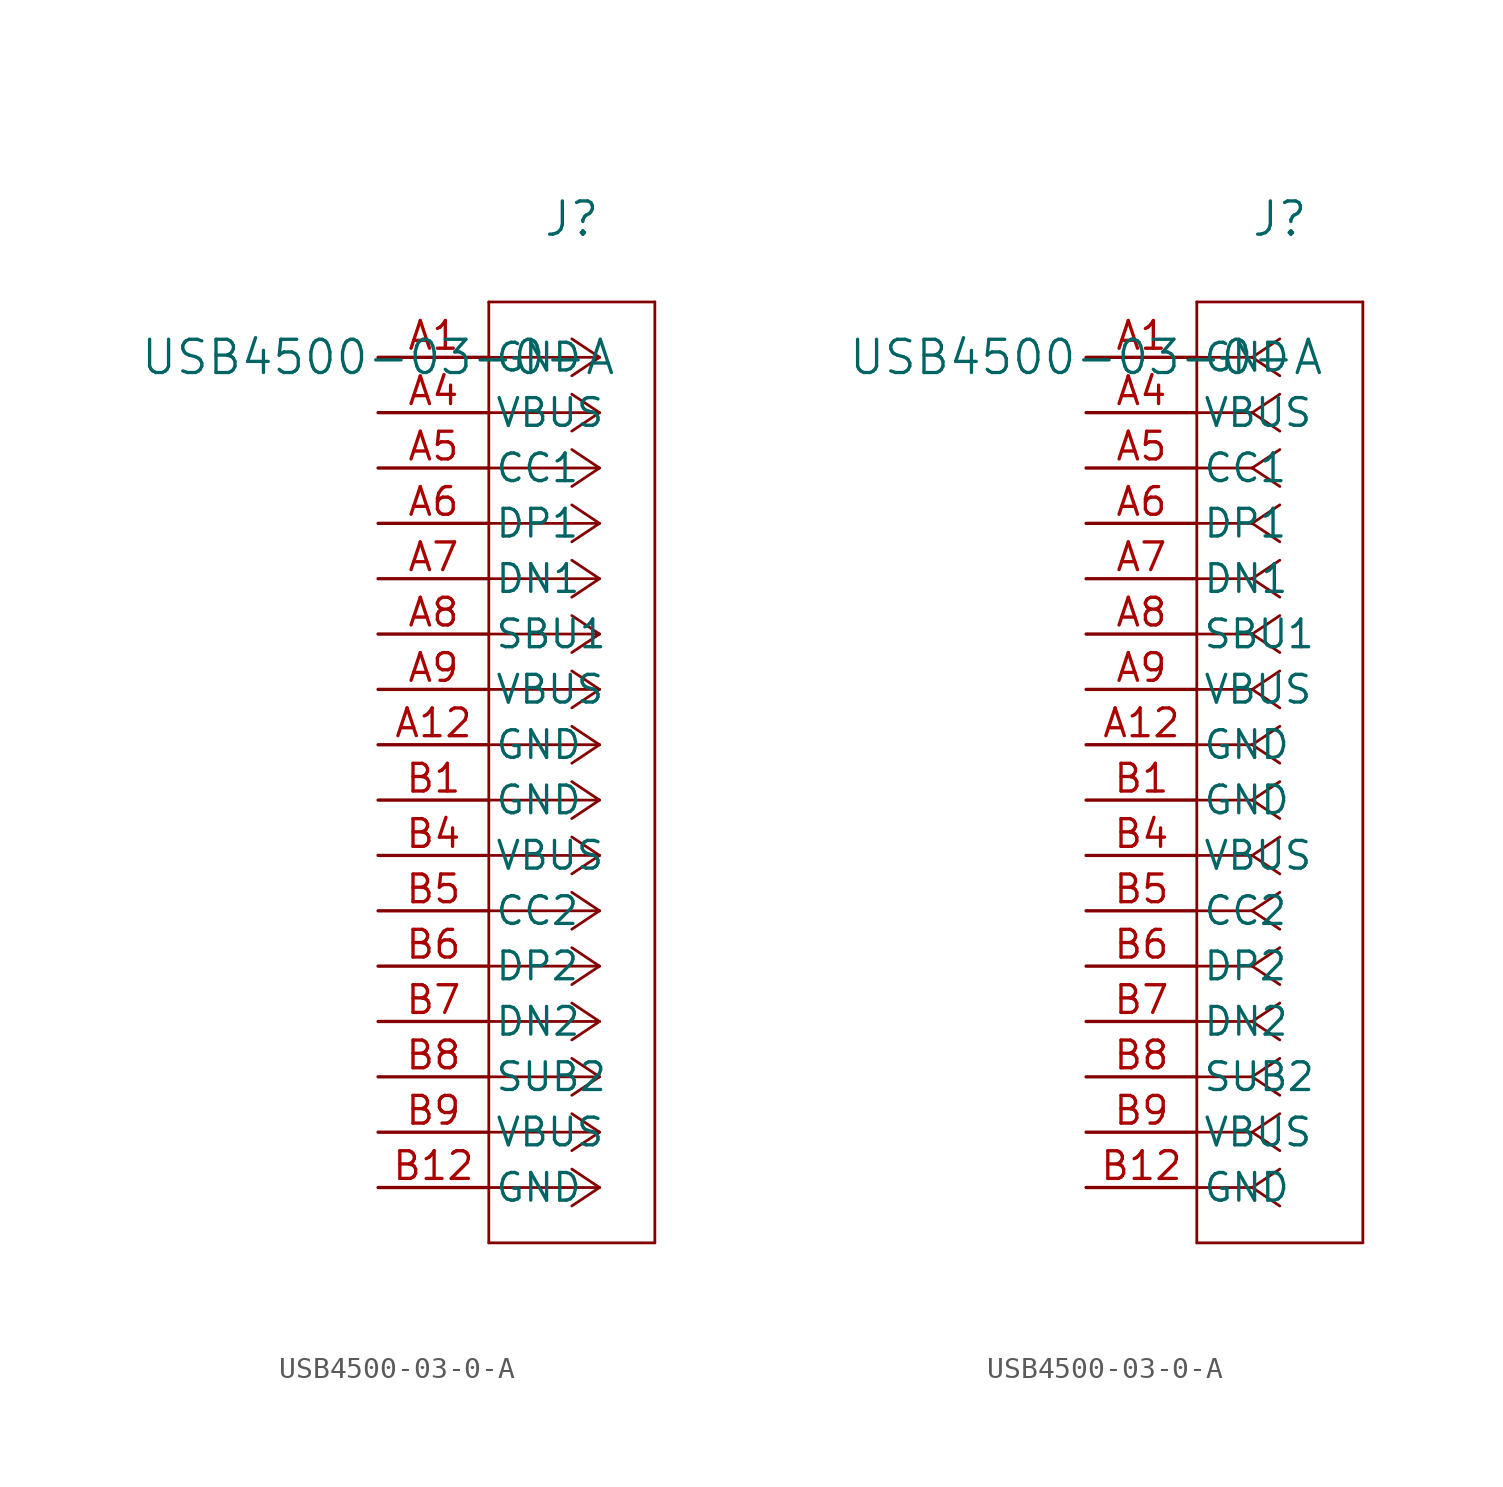
<source format=kicad_sym>
(kicad_symbol_lib
  (version 20211014)
  (generator kicad_symbol_editor)
  (symbol "USB4500-03-0-A"
    (pin_names
      (offset 0.254))
    (property "Reference" "J"
      (at 8.89 6.35 0)
      (effects (font (size 1.524 1.524))))
    (property "Value" "USB4500-03-0-A"
      (at 0 0 0)
      (effects (font (size 1.524 1.524))))
    (symbol "USB4500-03-0-A_1_1"
      (polyline (pts (xy 10.16 0) (xy 5.08 0)) (stroke (width 0.127) (type default) (color 0 0 0 0)) (fill (type none)))
      (polyline (pts (xy 10.16 -2.54) (xy 5.08 -2.54)) (stroke (width 0.127) (type default) (color 0 0 0 0)) (fill (type none)))
      (polyline (pts (xy 10.16 -5.08) (xy 5.08 -5.08)) (stroke (width 0.127) (type default) (color 0 0 0 0)) (fill (type none)))
      (polyline (pts (xy 10.16 -7.62) (xy 5.08 -7.62)) (stroke (width 0.127) (type default) (color 0 0 0 0)) (fill (type none)))
      (polyline (pts (xy 10.16 -10.16) (xy 5.08 -10.16)) (stroke (width 0.127) (type default) (color 0 0 0 0)) (fill (type none)))
      (polyline (pts (xy 10.16 -12.7) (xy 5.08 -12.7)) (stroke (width 0.127) (type default) (color 0 0 0 0)) (fill (type none)))
      (polyline (pts (xy 10.16 -15.24) (xy 5.08 -15.24)) (stroke (width 0.127) (type default) (color 0 0 0 0)) (fill (type none)))
      (polyline (pts (xy 10.16 -17.78) (xy 5.08 -17.78)) (stroke (width 0.127) (type default) (color 0 0 0 0)) (fill (type none)))
      (polyline (pts (xy 10.16 -20.32) (xy 5.08 -20.32)) (stroke (width 0.127) (type default) (color 0 0 0 0)) (fill (type none)))
      (polyline (pts (xy 10.16 -22.86) (xy 5.08 -22.86)) (stroke (width 0.127) (type default) (color 0 0 0 0)) (fill (type none)))
      (polyline (pts (xy 10.16 -25.4) (xy 5.08 -25.4)) (stroke (width 0.127) (type default) (color 0 0 0 0)) (fill (type none)))
      (polyline (pts (xy 10.16 -27.94) (xy 5.08 -27.94)) (stroke (width 0.127) (type default) (color 0 0 0 0)) (fill (type none)))
      (polyline (pts (xy 10.16 -30.48) (xy 5.08 -30.48)) (stroke (width 0.127) (type default) (color 0 0 0 0)) (fill (type none)))
      (polyline (pts (xy 10.16 -33.02) (xy 5.08 -33.02)) (stroke (width 0.127) (type default) (color 0 0 0 0)) (fill (type none)))
      (polyline (pts (xy 10.16 -35.56) (xy 5.08 -35.56)) (stroke (width 0.127) (type default) (color 0 0 0 0)) (fill (type none)))
      (polyline (pts (xy 10.16 -38.1) (xy 5.08 -38.1)) (stroke (width 0.127) (type default) (color 0 0 0 0)) (fill (type none)))
      (polyline (pts (xy 10.16 0) (xy 8.89 0.847)) (stroke (width 0.127) (type default) (color 0 0 0 0)) (fill (type none)))
      (polyline (pts (xy 10.16 -2.54) (xy 8.89 -1.693)) (stroke (width 0.127) (type default) (color 0 0 0 0)) (fill (type none)))
      (polyline (pts (xy 10.16 -5.08) (xy 8.89 -4.233)) (stroke (width 0.127) (type default) (color 0 0 0 0)) (fill (type none)))
      (polyline (pts (xy 10.16 -7.62) (xy 8.89 -6.773)) (stroke (width 0.127) (type default) (color 0 0 0 0)) (fill (type none)))
      (polyline (pts (xy 10.16 -10.16) (xy 8.89 -9.313)) (stroke (width 0.127) (type default) (color 0 0 0 0)) (fill (type none)))
      (polyline (pts (xy 10.16 -12.7) (xy 8.89 -11.853)) (stroke (width 0.127) (type default) (color 0 0 0 0)) (fill (type none)))
      (polyline (pts (xy 10.16 -15.24) (xy 8.89 -14.393)) (stroke (width 0.127) (type default) (color 0 0 0 0)) (fill (type none)))
      (polyline (pts (xy 10.16 -17.78) (xy 8.89 -16.933)) (stroke (width 0.127) (type default) (color 0 0 0 0)) (fill (type none)))
      (polyline (pts (xy 10.16 -20.32) (xy 8.89 -19.473)) (stroke (width 0.127) (type default) (color 0 0 0 0)) (fill (type none)))
      (polyline (pts (xy 10.16 -22.86) (xy 8.89 -22.013)) (stroke (width 0.127) (type default) (color 0 0 0 0)) (fill (type none)))
      (polyline (pts (xy 10.16 -25.4) (xy 8.89 -24.553)) (stroke (width 0.127) (type default) (color 0 0 0 0)) (fill (type none)))
      (polyline (pts (xy 10.16 -27.94) (xy 8.89 -27.093)) (stroke (width 0.127) (type default) (color 0 0 0 0)) (fill (type none)))
      (polyline (pts (xy 10.16 -30.48) (xy 8.89 -29.633)) (stroke (width 0.127) (type default) (color 0 0 0 0)) (fill (type none)))
      (polyline (pts (xy 10.16 -33.02) (xy 8.89 -32.173)) (stroke (width 0.127) (type default) (color 0 0 0 0)) (fill (type none)))
      (polyline (pts (xy 10.16 -35.56) (xy 8.89 -34.713)) (stroke (width 0.127) (type default) (color 0 0 0 0)) (fill (type none)))
      (polyline (pts (xy 10.16 -38.1) (xy 8.89 -37.253)) (stroke (width 0.127) (type default) (color 0 0 0 0)) (fill (type none)))
      (polyline (pts (xy 10.16 0) (xy 8.89 -0.847)) (stroke (width 0.127) (type default) (color 0 0 0 0)) (fill (type none)))
      (polyline (pts (xy 10.16 -2.54) (xy 8.89 -3.387)) (stroke (width 0.127) (type default) (color 0 0 0 0)) (fill (type none)))
      (polyline (pts (xy 10.16 -5.08) (xy 8.89 -5.927)) (stroke (width 0.127) (type default) (color 0 0 0 0)) (fill (type none)))
      (polyline (pts (xy 10.16 -7.62) (xy 8.89 -8.467)) (stroke (width 0.127) (type default) (color 0 0 0 0)) (fill (type none)))
      (polyline (pts (xy 10.16 -10.16) (xy 8.89 -11.007)) (stroke (width 0.127) (type default) (color 0 0 0 0)) (fill (type none)))
      (polyline (pts (xy 10.16 -12.7) (xy 8.89 -13.547)) (stroke (width 0.127) (type default) (color 0 0 0 0)) (fill (type none)))
      (polyline (pts (xy 10.16 -15.24) (xy 8.89 -16.087)) (stroke (width 0.127) (type default) (color 0 0 0 0)) (fill (type none)))
      (polyline (pts (xy 10.16 -17.78) (xy 8.89 -18.627)) (stroke (width 0.127) (type default) (color 0 0 0 0)) (fill (type none)))
      (polyline (pts (xy 10.16 -20.32) (xy 8.89 -21.167)) (stroke (width 0.127) (type default) (color 0 0 0 0)) (fill (type none)))
      (polyline (pts (xy 10.16 -22.86) (xy 8.89 -23.707)) (stroke (width 0.127) (type default) (color 0 0 0 0)) (fill (type none)))
      (polyline (pts (xy 10.16 -25.4) (xy 8.89 -26.247)) (stroke (width 0.127) (type default) (color 0 0 0 0)) (fill (type none)))
      (polyline (pts (xy 10.16 -27.94) (xy 8.89 -28.787)) (stroke (width 0.127) (type default) (color 0 0 0 0)) (fill (type none)))
      (polyline (pts (xy 10.16 -30.48) (xy 8.89 -31.327)) (stroke (width 0.127) (type default) (color 0 0 0 0)) (fill (type none)))
      (polyline (pts (xy 10.16 -33.02) (xy 8.89 -33.867)) (stroke (width 0.127) (type default) (color 0 0 0 0)) (fill (type none)))
      (polyline (pts (xy 10.16 -35.56) (xy 8.89 -36.407)) (stroke (width 0.127) (type default) (color 0 0 0 0)) (fill (type none)))
      (polyline (pts (xy 10.16 -38.1) (xy 8.89 -38.947)) (stroke (width 0.127) (type default) (color 0 0 0 0)) (fill (type none)))
      (polyline (pts (xy 5.08 2.54) (xy 5.08 -40.64)) (stroke (width 0.127) (type default) (color 0 0 0 0)) (fill (type none)))
      (polyline (pts (xy 5.08 -40.64) (xy 12.7 -40.64)) (stroke (width 0.127) (type default) (color 0 0 0 0)) (fill (type none)))
      (polyline (pts (xy 12.7 -40.64) (xy 12.7 2.54)) (stroke (width 0.127) (type default) (color 0 0 0 0)) (fill (type none)))
      (polyline (pts (xy 12.7 2.54) (xy 5.08 2.54)) (stroke (width 0.127) (type default) (color 0 0 0 0)) (fill (type none)))
      (pin power_out line (at 0 0 0) (length 5.08) (name "GND" (effects (font (size 1.27 1.27)))) (number "A1" (effects (font (size 1.27 1.27)))))
      (pin power_in line (at 0 -2.54 0) (length 5.08) (name "VBUS" (effects (font (size 1.27 1.27)))) (number "A4" (effects (font (size 1.27 1.27)))))
      (pin bidirectional line (at 0 -5.08 0) (length 5.08) (name "CC1" (effects (font (size 1.27 1.27)))) (number "A5" (effects (font (size 1.27 1.27)))))
      (pin bidirectional line (at 0 -7.62 0) (length 5.08) (name "DP1" (effects (font (size 1.27 1.27)))) (number "A6" (effects (font (size 1.27 1.27)))))
      (pin bidirectional line (at 0 -10.16 0) (length 5.08) (name "DN1" (effects (font (size 1.27 1.27)))) (number "A7" (effects (font (size 1.27 1.27)))))
      (pin unspecified line (at 0 -12.7 0) (length 5.08) (name "SBU1" (effects (font (size 1.27 1.27)))) (number "A8" (effects (font (size 1.27 1.27)))))
      (pin power_in line (at 0 -15.24 0) (length 5.08) (name "VBUS" (effects (font (size 1.27 1.27)))) (number "A9" (effects (font (size 1.27 1.27)))))
      (pin power_out line (at 0 -17.78 0) (length 5.08) (name "GND" (effects (font (size 1.27 1.27)))) (number "A12" (effects (font (size 1.27 1.27)))))
      (pin power_out line (at 0 -20.32 0) (length 5.08) (name "GND" (effects (font (size 1.27 1.27)))) (number "B1" (effects (font (size 1.27 1.27)))))
      (pin power_in line (at 0 -22.86 0) (length 5.08) (name "VBUS" (effects (font (size 1.27 1.27)))) (number "B4" (effects (font (size 1.27 1.27)))))
      (pin bidirectional line (at 0 -25.4 0) (length 5.08) (name "CC2" (effects (font (size 1.27 1.27)))) (number "B5" (effects (font (size 1.27 1.27)))))
      (pin bidirectional line (at 0 -27.94 0) (length 5.08) (name "DP2" (effects (font (size 1.27 1.27)))) (number "B6" (effects (font (size 1.27 1.27)))))
      (pin bidirectional line (at 0 -30.48 0) (length 5.08) (name "DN2" (effects (font (size 1.27 1.27)))) (number "B7" (effects (font (size 1.27 1.27)))))
      (pin unspecified line (at 0 -33.02 0) (length 5.08) (name "SUB2" (effects (font (size 1.27 1.27)))) (number "B8" (effects (font (size 1.27 1.27)))))
      (pin power_in line (at 0 -35.56 0) (length 5.08) (name "VBUS" (effects (font (size 1.27 1.27)))) (number "B9" (effects (font (size 1.27 1.27)))))
      (pin power_out line (at 0 -38.1 0) (length 5.08) (name "GND" (effects (font (size 1.27 1.27)))) (number "B12" (effects (font (size 1.27 1.27))))))
    (symbol "USB4500-03-0-A_1_2"
      (polyline (pts (xy 7.62 0) (xy 5.08 0)) (stroke (width 0.127) (type default) (color 0 0 0 0)) (fill (type none)))
      (polyline (pts (xy 7.62 -2.54) (xy 5.08 -2.54)) (stroke (width 0.127) (type default) (color 0 0 0 0)) (fill (type none)))
      (polyline (pts (xy 7.62 -5.08) (xy 5.08 -5.08)) (stroke (width 0.127) (type default) (color 0 0 0 0)) (fill (type none)))
      (polyline (pts (xy 7.62 -7.62) (xy 5.08 -7.62)) (stroke (width 0.127) (type default) (color 0 0 0 0)) (fill (type none)))
      (polyline (pts (xy 7.62 -10.16) (xy 5.08 -10.16)) (stroke (width 0.127) (type default) (color 0 0 0 0)) (fill (type none)))
      (polyline (pts (xy 7.62 -12.7) (xy 5.08 -12.7)) (stroke (width 0.127) (type default) (color 0 0 0 0)) (fill (type none)))
      (polyline (pts (xy 7.62 -15.24) (xy 5.08 -15.24)) (stroke (width 0.127) (type default) (color 0 0 0 0)) (fill (type none)))
      (polyline (pts (xy 7.62 -17.78) (xy 5.08 -17.78)) (stroke (width 0.127) (type default) (color 0 0 0 0)) (fill (type none)))
      (polyline (pts (xy 7.62 -20.32) (xy 5.08 -20.32)) (stroke (width 0.127) (type default) (color 0 0 0 0)) (fill (type none)))
      (polyline (pts (xy 7.62 -22.86) (xy 5.08 -22.86)) (stroke (width 0.127) (type default) (color 0 0 0 0)) (fill (type none)))
      (polyline (pts (xy 7.62 -25.4) (xy 5.08 -25.4)) (stroke (width 0.127) (type default) (color 0 0 0 0)) (fill (type none)))
      (polyline (pts (xy 7.62 -27.94) (xy 5.08 -27.94)) (stroke (width 0.127) (type default) (color 0 0 0 0)) (fill (type none)))
      (polyline (pts (xy 7.62 -30.48) (xy 5.08 -30.48)) (stroke (width 0.127) (type default) (color 0 0 0 0)) (fill (type none)))
      (polyline (pts (xy 7.62 -33.02) (xy 5.08 -33.02)) (stroke (width 0.127) (type default) (color 0 0 0 0)) (fill (type none)))
      (polyline (pts (xy 7.62 -35.56) (xy 5.08 -35.56)) (stroke (width 0.127) (type default) (color 0 0 0 0)) (fill (type none)))
      (polyline (pts (xy 7.62 -38.1) (xy 5.08 -38.1)) (stroke (width 0.127) (type default) (color 0 0 0 0)) (fill (type none)))
      (polyline (pts (xy 7.62 0) (xy 8.89 0.847)) (stroke (width 0.127) (type default) (color 0 0 0 0)) (fill (type none)))
      (polyline (pts (xy 7.62 -2.54) (xy 8.89 -1.693)) (stroke (width 0.127) (type default) (color 0 0 0 0)) (fill (type none)))
      (polyline (pts (xy 7.62 -5.08) (xy 8.89 -4.233)) (stroke (width 0.127) (type default) (color 0 0 0 0)) (fill (type none)))
      (polyline (pts (xy 7.62 -7.62) (xy 8.89 -6.773)) (stroke (width 0.127) (type default) (color 0 0 0 0)) (fill (type none)))
      (polyline (pts (xy 7.62 -10.16) (xy 8.89 -9.313)) (stroke (width 0.127) (type default) (color 0 0 0 0)) (fill (type none)))
      (polyline (pts (xy 7.62 -12.7) (xy 8.89 -11.853)) (stroke (width 0.127) (type default) (color 0 0 0 0)) (fill (type none)))
      (polyline (pts (xy 7.62 -15.24) (xy 8.89 -14.393)) (stroke (width 0.127) (type default) (color 0 0 0 0)) (fill (type none)))
      (polyline (pts (xy 7.62 -17.78) (xy 8.89 -16.933)) (stroke (width 0.127) (type default) (color 0 0 0 0)) (fill (type none)))
      (polyline (pts (xy 7.62 -20.32) (xy 8.89 -19.473)) (stroke (width 0.127) (type default) (color 0 0 0 0)) (fill (type none)))
      (polyline (pts (xy 7.62 -22.86) (xy 8.89 -22.013)) (stroke (width 0.127) (type default) (color 0 0 0 0)) (fill (type none)))
      (polyline (pts (xy 7.62 -25.4) (xy 8.89 -24.553)) (stroke (width 0.127) (type default) (color 0 0 0 0)) (fill (type none)))
      (polyline (pts (xy 7.62 -27.94) (xy 8.89 -27.093)) (stroke (width 0.127) (type default) (color 0 0 0 0)) (fill (type none)))
      (polyline (pts (xy 7.62 -30.48) (xy 8.89 -29.633)) (stroke (width 0.127) (type default) (color 0 0 0 0)) (fill (type none)))
      (polyline (pts (xy 7.62 -33.02) (xy 8.89 -32.173)) (stroke (width 0.127) (type default) (color 0 0 0 0)) (fill (type none)))
      (polyline (pts (xy 7.62 -35.56) (xy 8.89 -34.713)) (stroke (width 0.127) (type default) (color 0 0 0 0)) (fill (type none)))
      (polyline (pts (xy 7.62 -38.1) (xy 8.89 -37.253)) (stroke (width 0.127) (type default) (color 0 0 0 0)) (fill (type none)))
      (polyline (pts (xy 7.62 0) (xy 8.89 -0.847)) (stroke (width 0.127) (type default) (color 0 0 0 0)) (fill (type none)))
      (polyline (pts (xy 7.62 -2.54) (xy 8.89 -3.387)) (stroke (width 0.127) (type default) (color 0 0 0 0)) (fill (type none)))
      (polyline (pts (xy 7.62 -5.08) (xy 8.89 -5.927)) (stroke (width 0.127) (type default) (color 0 0 0 0)) (fill (type none)))
      (polyline (pts (xy 7.62 -7.62) (xy 8.89 -8.467)) (stroke (width 0.127) (type default) (color 0 0 0 0)) (fill (type none)))
      (polyline (pts (xy 7.62 -10.16) (xy 8.89 -11.007)) (stroke (width 0.127) (type default) (color 0 0 0 0)) (fill (type none)))
      (polyline (pts (xy 7.62 -12.7) (xy 8.89 -13.547)) (stroke (width 0.127) (type default) (color 0 0 0 0)) (fill (type none)))
      (polyline (pts (xy 7.62 -15.24) (xy 8.89 -16.087)) (stroke (width 0.127) (type default) (color 0 0 0 0)) (fill (type none)))
      (polyline (pts (xy 7.62 -17.78) (xy 8.89 -18.627)) (stroke (width 0.127) (type default) (color 0 0 0 0)) (fill (type none)))
      (polyline (pts (xy 7.62 -20.32) (xy 8.89 -21.167)) (stroke (width 0.127) (type default) (color 0 0 0 0)) (fill (type none)))
      (polyline (pts (xy 7.62 -22.86) (xy 8.89 -23.707)) (stroke (width 0.127) (type default) (color 0 0 0 0)) (fill (type none)))
      (polyline (pts (xy 7.62 -25.4) (xy 8.89 -26.247)) (stroke (width 0.127) (type default) (color 0 0 0 0)) (fill (type none)))
      (polyline (pts (xy 7.62 -27.94) (xy 8.89 -28.787)) (stroke (width 0.127) (type default) (color 0 0 0 0)) (fill (type none)))
      (polyline (pts (xy 7.62 -30.48) (xy 8.89 -31.327)) (stroke (width 0.127) (type default) (color 0 0 0 0)) (fill (type none)))
      (polyline (pts (xy 7.62 -33.02) (xy 8.89 -33.867)) (stroke (width 0.127) (type default) (color 0 0 0 0)) (fill (type none)))
      (polyline (pts (xy 7.62 -35.56) (xy 8.89 -36.407)) (stroke (width 0.127) (type default) (color 0 0 0 0)) (fill (type none)))
      (polyline (pts (xy 7.62 -38.1) (xy 8.89 -38.947)) (stroke (width 0.127) (type default) (color 0 0 0 0)) (fill (type none)))
      (polyline (pts (xy 5.08 2.54) (xy 5.08 -40.64)) (stroke (width 0.127) (type default) (color 0 0 0 0)) (fill (type none)))
      (polyline (pts (xy 5.08 -40.64) (xy 12.7 -40.64)) (stroke (width 0.127) (type default) (color 0 0 0 0)) (fill (type none)))
      (polyline (pts (xy 12.7 -40.64) (xy 12.7 2.54)) (stroke (width 0.127) (type default) (color 0 0 0 0)) (fill (type none)))
      (polyline (pts (xy 12.7 2.54) (xy 5.08 2.54)) (stroke (width 0.127) (type default) (color 0 0 0 0)) (fill (type none)))
      (pin power_out line (at 0 0 0) (length 5.08) (name "GND" (effects (font (size 1.27 1.27)))) (number "A1" (effects (font (size 1.27 1.27)))))
      (pin power_in line (at 0 -2.54 0) (length 5.08) (name "VBUS" (effects (font (size 1.27 1.27)))) (number "A4" (effects (font (size 1.27 1.27)))))
      (pin bidirectional line (at 0 -5.08 0) (length 5.08) (name "CC1" (effects (font (size 1.27 1.27)))) (number "A5" (effects (font (size 1.27 1.27)))))
      (pin bidirectional line (at 0 -7.62 0) (length 5.08) (name "DP1" (effects (font (size 1.27 1.27)))) (number "A6" (effects (font (size 1.27 1.27)))))
      (pin bidirectional line (at 0 -10.16 0) (length 5.08) (name "DN1" (effects (font (size 1.27 1.27)))) (number "A7" (effects (font (size 1.27 1.27)))))
      (pin unspecified line (at 0 -12.7 0) (length 5.08) (name "SBU1" (effects (font (size 1.27 1.27)))) (number "A8" (effects (font (size 1.27 1.27)))))
      (pin power_in line (at 0 -15.24 0) (length 5.08) (name "VBUS" (effects (font (size 1.27 1.27)))) (number "A9" (effects (font (size 1.27 1.27)))))
      (pin power_out line (at 0 -17.78 0) (length 5.08) (name "GND" (effects (font (size 1.27 1.27)))) (number "A12" (effects (font (size 1.27 1.27)))))
      (pin power_out line (at 0 -20.32 0) (length 5.08) (name "GND" (effects (font (size 1.27 1.27)))) (number "B1" (effects (font (size 1.27 1.27)))))
      (pin power_in line (at 0 -22.86 0) (length 5.08) (name "VBUS" (effects (font (size 1.27 1.27)))) (number "B4" (effects (font (size 1.27 1.27)))))
      (pin bidirectional line (at 0 -25.4 0) (length 5.08) (name "CC2" (effects (font (size 1.27 1.27)))) (number "B5" (effects (font (size 1.27 1.27)))))
      (pin bidirectional line (at 0 -27.94 0) (length 5.08) (name "DP2" (effects (font (size 1.27 1.27)))) (number "B6" (effects (font (size 1.27 1.27)))))
      (pin bidirectional line (at 0 -30.48 0) (length 5.08) (name "DN2" (effects (font (size 1.27 1.27)))) (number "B7" (effects (font (size 1.27 1.27)))))
      (pin unspecified line (at 0 -33.02 0) (length 5.08) (name "SUB2" (effects (font (size 1.27 1.27)))) (number "B8" (effects (font (size 1.27 1.27)))))
      (pin power_in line (at 0 -35.56 0) (length 5.08) (name "VBUS" (effects (font (size 1.27 1.27)))) (number "B9" (effects (font (size 1.27 1.27)))))
      (pin power_out line (at 0 -38.1 0) (length 5.08) (name "GND" (effects (font (size 1.27 1.27)))) (number "B12" (effects (font (size 1.27 1.27))))))))
</source>
